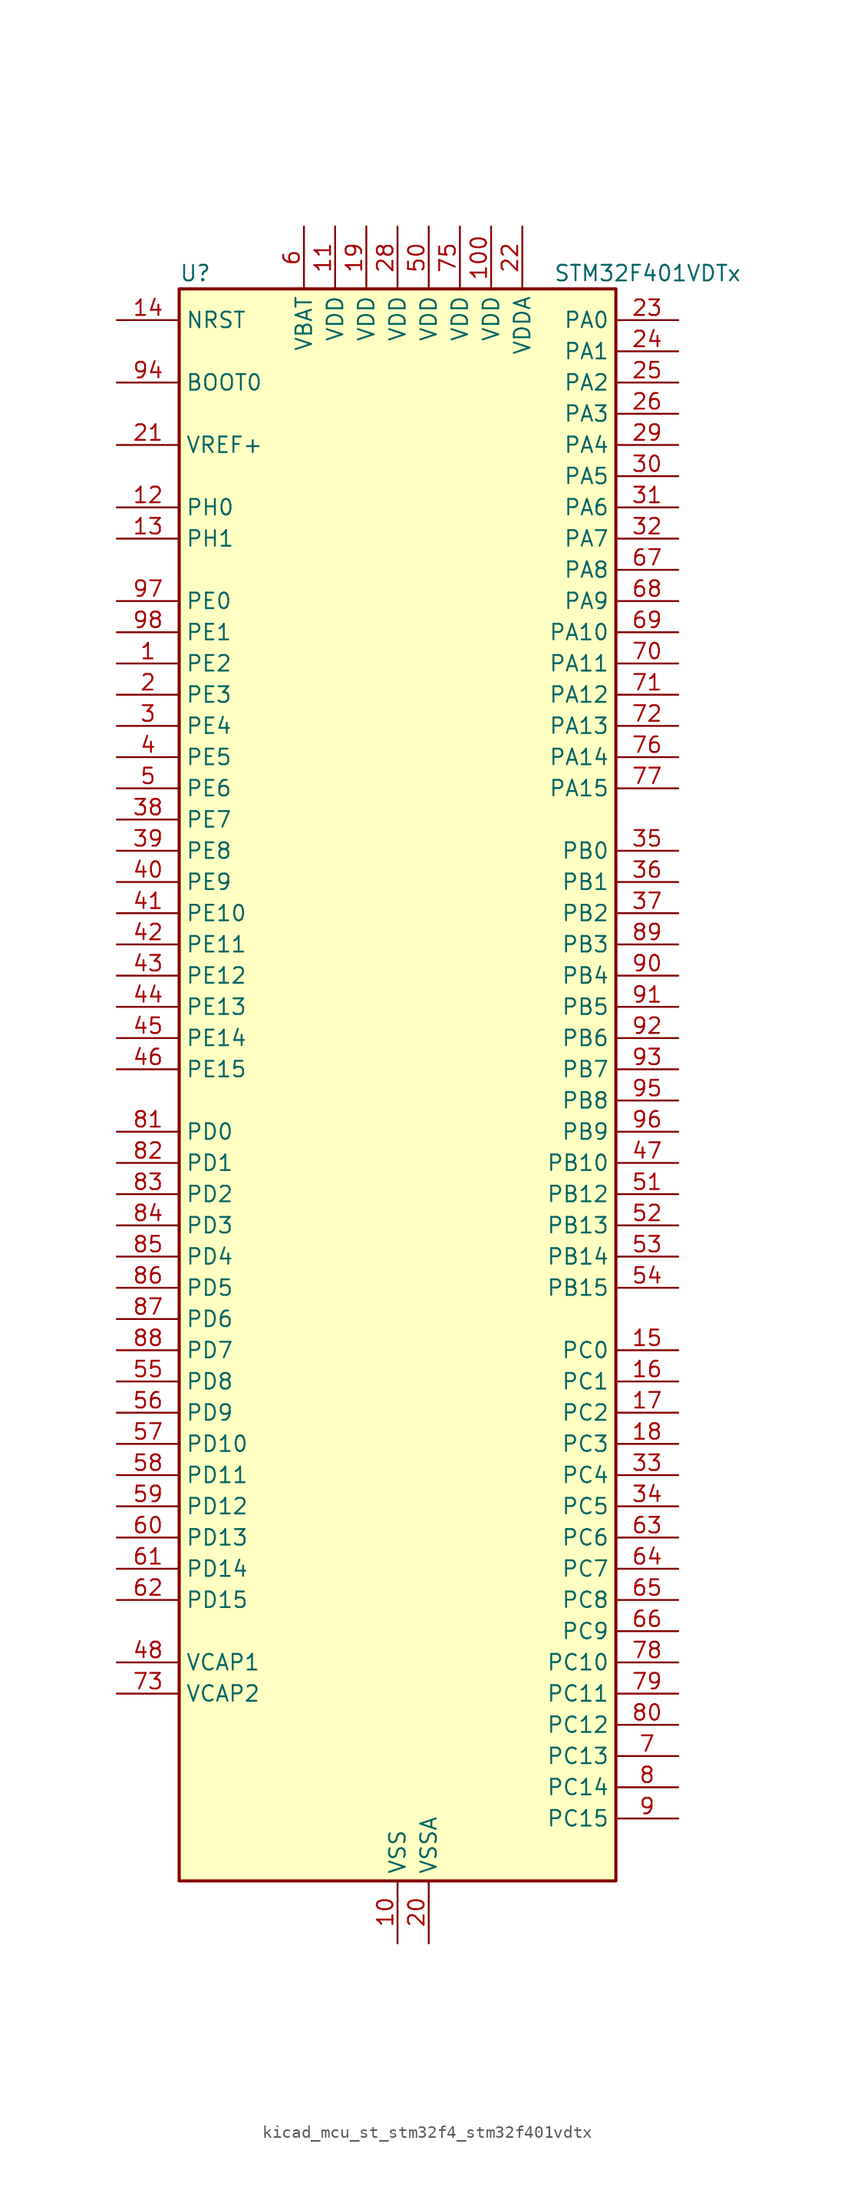
<source format=kicad_sym>
(kicad_symbol_lib
  (version 20220914)
  (generator kicad_symbol_editor)
  (symbol "kicad_mcu_st_stm32f4_stm32f401vdtx"
    (property "Reference" "U"
      (at -17.78 67.31 0)
      (effects (font (size 1.27 1.27)) (justify left)))
    (property "Value" "STM32F401VDTx"
      (at 12.7 67.31 0)
      (effects (font (size 1.27 1.27)) (justify left)))
    (property "ki_locked" ""
      (at 0 0 0)
      (effects (font (size 1.27 1.27))))
    (symbol "kicad_mcu_st_stm32f4_stm32f401vdtx_0_1"
      (rectangle (start -17.78 -63.5) (end 17.78 66.04) (stroke (width 0.254) (type default)) (fill (type background))))
    (symbol "kicad_mcu_st_stm32f4_stm32f401vdtx_1_1"
      (pin bidirectional line (at -22.86 35.56 0) (length 5.08) (name "PE2" (effects (font (size 1.27 1.27)))) (number "1" (effects (font (size 1.27 1.27)))) (alternate "SPI4_SCK" bidirectional line) (alternate "SYS_TRACECLK" bidirectional line))
      (pin power_in line (at 0 -68.58 90) (length 5.08) (name "VSS" (effects (font (size 1.27 1.27)))) (number "10" (effects (font (size 1.27 1.27)))))
      (pin power_in line (at 7.62 71.12 270) (length 5.08) (name "VDD" (effects (font (size 1.27 1.27)))) (number "100" (effects (font (size 1.27 1.27)))))
      (pin power_in line (at -5.08 71.12 270) (length 5.08) (name "VDD" (effects (font (size 1.27 1.27)))) (number "11" (effects (font (size 1.27 1.27)))))
      (pin bidirectional line (at -22.86 48.26 0) (length 5.08) (name "PH0" (effects (font (size 1.27 1.27)))) (number "12" (effects (font (size 1.27 1.27)))) (alternate "RCC_OSC_IN" bidirectional line))
      (pin bidirectional line (at -22.86 45.72 0) (length 5.08) (name "PH1" (effects (font (size 1.27 1.27)))) (number "13" (effects (font (size 1.27 1.27)))) (alternate "RCC_OSC_OUT" bidirectional line))
      (pin input line (at -22.86 63.5 0) (length 5.08) (name "NRST" (effects (font (size 1.27 1.27)))) (number "14" (effects (font (size 1.27 1.27)))))
      (pin bidirectional line (at 22.86 -20.32 180) (length 5.08) (name "PC0" (effects (font (size 1.27 1.27)))) (number "15" (effects (font (size 1.27 1.27)))) (alternate "ADC1_IN10" bidirectional line))
      (pin bidirectional line (at 22.86 -22.86 180) (length 5.08) (name "PC1" (effects (font (size 1.27 1.27)))) (number "16" (effects (font (size 1.27 1.27)))) (alternate "ADC1_IN11" bidirectional line))
      (pin bidirectional line (at 22.86 -25.4 180) (length 5.08) (name "PC2" (effects (font (size 1.27 1.27)))) (number "17" (effects (font (size 1.27 1.27)))) (alternate "ADC1_IN12" bidirectional line) (alternate "I2S2_ext_SD" bidirectional line) (alternate "SPI2_MISO" bidirectional line))
      (pin bidirectional line (at 22.86 -27.94 180) (length 5.08) (name "PC3" (effects (font (size 1.27 1.27)))) (number "18" (effects (font (size 1.27 1.27)))) (alternate "ADC1_IN13" bidirectional line) (alternate "I2S2_SD" bidirectional line) (alternate "SPI2_MOSI" bidirectional line))
      (pin power_in line (at -2.54 71.12 270) (length 5.08) (name "VDD" (effects (font (size 1.27 1.27)))) (number "19" (effects (font (size 1.27 1.27)))))
      (pin bidirectional line (at -22.86 33.02 0) (length 5.08) (name "PE3" (effects (font (size 1.27 1.27)))) (number "2" (effects (font (size 1.27 1.27)))) (alternate "SYS_TRACED0" bidirectional line))
      (pin power_in line (at 2.54 -68.58 90) (length 5.08) (name "VSSA" (effects (font (size 1.27 1.27)))) (number "20" (effects (font (size 1.27 1.27)))))
      (pin input line (at -22.86 53.34 0) (length 5.08) (name "VREF+" (effects (font (size 1.27 1.27)))) (number "21" (effects (font (size 1.27 1.27)))))
      (pin power_in line (at 10.16 71.12 270) (length 5.08) (name "VDDA" (effects (font (size 1.27 1.27)))) (number "22" (effects (font (size 1.27 1.27)))))
      (pin bidirectional line (at 22.86 63.5 180) (length 5.08) (name "PA0" (effects (font (size 1.27 1.27)))) (number "23" (effects (font (size 1.27 1.27)))) (alternate "ADC1_IN0" bidirectional line) (alternate "SYS_WKUP" bidirectional line) (alternate "TIM2_CH1" bidirectional line) (alternate "TIM2_ETR" bidirectional line) (alternate "TIM5_CH1" bidirectional line) (alternate "USART2_CTS" bidirectional line))
      (pin bidirectional line (at 22.86 60.96 180) (length 5.08) (name "PA1" (effects (font (size 1.27 1.27)))) (number "24" (effects (font (size 1.27 1.27)))) (alternate "ADC1_IN1" bidirectional line) (alternate "TIM2_CH2" bidirectional line) (alternate "TIM5_CH2" bidirectional line) (alternate "USART2_RTS" bidirectional line))
      (pin bidirectional line (at 22.86 58.42 180) (length 5.08) (name "PA2" (effects (font (size 1.27 1.27)))) (number "25" (effects (font (size 1.27 1.27)))) (alternate "ADC1_IN2" bidirectional line) (alternate "TIM2_CH3" bidirectional line) (alternate "TIM5_CH3" bidirectional line) (alternate "TIM9_CH1" bidirectional line) (alternate "USART2_TX" bidirectional line))
      (pin bidirectional line (at 22.86 55.88 180) (length 5.08) (name "PA3" (effects (font (size 1.27 1.27)))) (number "26" (effects (font (size 1.27 1.27)))) (alternate "ADC1_IN3" bidirectional line) (alternate "TIM2_CH4" bidirectional line) (alternate "TIM5_CH4" bidirectional line) (alternate "TIM9_CH2" bidirectional line) (alternate "USART2_RX" bidirectional line))
      (pin passive line (at 0 -68.58 90) (length 5.08) hide (name "VSS" (effects (font (size 1.27 1.27)))) (number "27" (effects (font (size 1.27 1.27)))))
      (pin power_in line (at 0 71.12 270) (length 5.08) (name "VDD" (effects (font (size 1.27 1.27)))) (number "28" (effects (font (size 1.27 1.27)))))
      (pin bidirectional line (at 22.86 53.34 180) (length 5.08) (name "PA4" (effects (font (size 1.27 1.27)))) (number "29" (effects (font (size 1.27 1.27)))) (alternate "ADC1_IN4" bidirectional line) (alternate "I2S3_WS" bidirectional line) (alternate "SPI1_NSS" bidirectional line) (alternate "SPI3_NSS" bidirectional line) (alternate "USART2_CK" bidirectional line))
      (pin bidirectional line (at -22.86 30.48 0) (length 5.08) (name "PE4" (effects (font (size 1.27 1.27)))) (number "3" (effects (font (size 1.27 1.27)))) (alternate "SPI4_NSS" bidirectional line) (alternate "SYS_TRACED1" bidirectional line))
      (pin bidirectional line (at 22.86 50.8 180) (length 5.08) (name "PA5" (effects (font (size 1.27 1.27)))) (number "30" (effects (font (size 1.27 1.27)))) (alternate "ADC1_IN5" bidirectional line) (alternate "SPI1_SCK" bidirectional line) (alternate "TIM2_CH1" bidirectional line) (alternate "TIM2_ETR" bidirectional line))
      (pin bidirectional line (at 22.86 48.26 180) (length 5.08) (name "PA6" (effects (font (size 1.27 1.27)))) (number "31" (effects (font (size 1.27 1.27)))) (alternate "ADC1_IN6" bidirectional line) (alternate "SPI1_MISO" bidirectional line) (alternate "TIM1_BKIN" bidirectional line) (alternate "TIM3_CH1" bidirectional line))
      (pin bidirectional line (at 22.86 45.72 180) (length 5.08) (name "PA7" (effects (font (size 1.27 1.27)))) (number "32" (effects (font (size 1.27 1.27)))) (alternate "ADC1_IN7" bidirectional line) (alternate "SPI1_MOSI" bidirectional line) (alternate "TIM1_CH1N" bidirectional line) (alternate "TIM3_CH2" bidirectional line))
      (pin bidirectional line (at 22.86 -30.48 180) (length 5.08) (name "PC4" (effects (font (size 1.27 1.27)))) (number "33" (effects (font (size 1.27 1.27)))) (alternate "ADC1_IN14" bidirectional line))
      (pin bidirectional line (at 22.86 -33.02 180) (length 5.08) (name "PC5" (effects (font (size 1.27 1.27)))) (number "34" (effects (font (size 1.27 1.27)))) (alternate "ADC1_IN15" bidirectional line))
      (pin bidirectional line (at 22.86 20.32 180) (length 5.08) (name "PB0" (effects (font (size 1.27 1.27)))) (number "35" (effects (font (size 1.27 1.27)))) (alternate "ADC1_IN8" bidirectional line) (alternate "TIM1_CH2N" bidirectional line) (alternate "TIM3_CH3" bidirectional line))
      (pin bidirectional line (at 22.86 17.78 180) (length 5.08) (name "PB1" (effects (font (size 1.27 1.27)))) (number "36" (effects (font (size 1.27 1.27)))) (alternate "ADC1_IN9" bidirectional line) (alternate "TIM1_CH3N" bidirectional line) (alternate "TIM3_CH4" bidirectional line))
      (pin bidirectional line (at 22.86 15.24 180) (length 5.08) (name "PB2" (effects (font (size 1.27 1.27)))) (number "37" (effects (font (size 1.27 1.27)))))
      (pin bidirectional line (at -22.86 22.86 0) (length 5.08) (name "PE7" (effects (font (size 1.27 1.27)))) (number "38" (effects (font (size 1.27 1.27)))) (alternate "TIM1_ETR" bidirectional line))
      (pin bidirectional line (at -22.86 20.32 0) (length 5.08) (name "PE8" (effects (font (size 1.27 1.27)))) (number "39" (effects (font (size 1.27 1.27)))) (alternate "TIM1_CH1N" bidirectional line))
      (pin bidirectional line (at -22.86 27.94 0) (length 5.08) (name "PE5" (effects (font (size 1.27 1.27)))) (number "4" (effects (font (size 1.27 1.27)))) (alternate "SPI4_MISO" bidirectional line) (alternate "SYS_TRACED2" bidirectional line) (alternate "TIM9_CH1" bidirectional line))
      (pin bidirectional line (at -22.86 17.78 0) (length 5.08) (name "PE9" (effects (font (size 1.27 1.27)))) (number "40" (effects (font (size 1.27 1.27)))) (alternate "TIM1_CH1" bidirectional line))
      (pin bidirectional line (at -22.86 15.24 0) (length 5.08) (name "PE10" (effects (font (size 1.27 1.27)))) (number "41" (effects (font (size 1.27 1.27)))) (alternate "TIM1_CH2N" bidirectional line))
      (pin bidirectional line (at -22.86 12.7 0) (length 5.08) (name "PE11" (effects (font (size 1.27 1.27)))) (number "42" (effects (font (size 1.27 1.27)))) (alternate "ADC1_EXTI11" bidirectional line) (alternate "SPI4_NSS" bidirectional line) (alternate "TIM1_CH2" bidirectional line))
      (pin bidirectional line (at -22.86 10.16 0) (length 5.08) (name "PE12" (effects (font (size 1.27 1.27)))) (number "43" (effects (font (size 1.27 1.27)))) (alternate "SPI4_SCK" bidirectional line) (alternate "TIM1_CH3N" bidirectional line))
      (pin bidirectional line (at -22.86 7.62 0) (length 5.08) (name "PE13" (effects (font (size 1.27 1.27)))) (number "44" (effects (font (size 1.27 1.27)))) (alternate "SPI4_MISO" bidirectional line) (alternate "TIM1_CH3" bidirectional line))
      (pin bidirectional line (at -22.86 5.08 0) (length 5.08) (name "PE14" (effects (font (size 1.27 1.27)))) (number "45" (effects (font (size 1.27 1.27)))) (alternate "SPI4_MOSI" bidirectional line) (alternate "TIM1_CH4" bidirectional line))
      (pin bidirectional line (at -22.86 2.54 0) (length 5.08) (name "PE15" (effects (font (size 1.27 1.27)))) (number "46" (effects (font (size 1.27 1.27)))) (alternate "ADC1_EXTI15" bidirectional line) (alternate "TIM1_BKIN" bidirectional line))
      (pin bidirectional line (at 22.86 -5.08 180) (length 5.08) (name "PB10" (effects (font (size 1.27 1.27)))) (number "47" (effects (font (size 1.27 1.27)))) (alternate "I2C2_SCL" bidirectional line) (alternate "I2S2_CK" bidirectional line) (alternate "SPI2_SCK" bidirectional line) (alternate "TIM2_CH3" bidirectional line))
      (pin power_out line (at -22.86 -45.72 0) (length 5.08) (name "VCAP1" (effects (font (size 1.27 1.27)))) (number "48" (effects (font (size 1.27 1.27)))))
      (pin passive line (at 0 -68.58 90) (length 5.08) hide (name "VSS" (effects (font (size 1.27 1.27)))) (number "49" (effects (font (size 1.27 1.27)))))
      (pin bidirectional line (at -22.86 25.4 0) (length 5.08) (name "PE6" (effects (font (size 1.27 1.27)))) (number "5" (effects (font (size 1.27 1.27)))) (alternate "SPI4_MOSI" bidirectional line) (alternate "SYS_TRACED3" bidirectional line) (alternate "TIM9_CH2" bidirectional line))
      (pin power_in line (at 2.54 71.12 270) (length 5.08) (name "VDD" (effects (font (size 1.27 1.27)))) (number "50" (effects (font (size 1.27 1.27)))))
      (pin bidirectional line (at 22.86 -7.62 180) (length 5.08) (name "PB12" (effects (font (size 1.27 1.27)))) (number "51" (effects (font (size 1.27 1.27)))) (alternate "I2C2_SMBA" bidirectional line) (alternate "I2S2_WS" bidirectional line) (alternate "SPI2_NSS" bidirectional line) (alternate "TIM1_BKIN" bidirectional line))
      (pin bidirectional line (at 22.86 -10.16 180) (length 5.08) (name "PB13" (effects (font (size 1.27 1.27)))) (number "52" (effects (font (size 1.27 1.27)))) (alternate "I2S2_CK" bidirectional line) (alternate "SPI2_SCK" bidirectional line) (alternate "TIM1_CH1N" bidirectional line))
      (pin bidirectional line (at 22.86 -12.7 180) (length 5.08) (name "PB14" (effects (font (size 1.27 1.27)))) (number "53" (effects (font (size 1.27 1.27)))) (alternate "I2S2_ext_SD" bidirectional line) (alternate "SPI2_MISO" bidirectional line) (alternate "TIM1_CH2N" bidirectional line))
      (pin bidirectional line (at 22.86 -15.24 180) (length 5.08) (name "PB15" (effects (font (size 1.27 1.27)))) (number "54" (effects (font (size 1.27 1.27)))) (alternate "ADC1_EXTI15" bidirectional line) (alternate "I2S2_SD" bidirectional line) (alternate "RTC_REFIN" bidirectional line) (alternate "SPI2_MOSI" bidirectional line) (alternate "TIM1_CH3N" bidirectional line))
      (pin bidirectional line (at -22.86 -22.86 0) (length 5.08) (name "PD8" (effects (font (size 1.27 1.27)))) (number "55" (effects (font (size 1.27 1.27)))))
      (pin bidirectional line (at -22.86 -25.4 0) (length 5.08) (name "PD9" (effects (font (size 1.27 1.27)))) (number "56" (effects (font (size 1.27 1.27)))))
      (pin bidirectional line (at -22.86 -27.94 0) (length 5.08) (name "PD10" (effects (font (size 1.27 1.27)))) (number "57" (effects (font (size 1.27 1.27)))))
      (pin bidirectional line (at -22.86 -30.48 0) (length 5.08) (name "PD11" (effects (font (size 1.27 1.27)))) (number "58" (effects (font (size 1.27 1.27)))) (alternate "ADC1_EXTI11" bidirectional line))
      (pin bidirectional line (at -22.86 -33.02 0) (length 5.08) (name "PD12" (effects (font (size 1.27 1.27)))) (number "59" (effects (font (size 1.27 1.27)))) (alternate "TIM4_CH1" bidirectional line))
      (pin power_in line (at -7.62 71.12 270) (length 5.08) (name "VBAT" (effects (font (size 1.27 1.27)))) (number "6" (effects (font (size 1.27 1.27)))))
      (pin bidirectional line (at -22.86 -35.56 0) (length 5.08) (name "PD13" (effects (font (size 1.27 1.27)))) (number "60" (effects (font (size 1.27 1.27)))) (alternate "TIM4_CH2" bidirectional line))
      (pin bidirectional line (at -22.86 -38.1 0) (length 5.08) (name "PD14" (effects (font (size 1.27 1.27)))) (number "61" (effects (font (size 1.27 1.27)))) (alternate "TIM4_CH3" bidirectional line))
      (pin bidirectional line (at -22.86 -40.64 0) (length 5.08) (name "PD15" (effects (font (size 1.27 1.27)))) (number "62" (effects (font (size 1.27 1.27)))) (alternate "ADC1_EXTI15" bidirectional line) (alternate "TIM4_CH4" bidirectional line))
      (pin bidirectional line (at 22.86 -35.56 180) (length 5.08) (name "PC6" (effects (font (size 1.27 1.27)))) (number "63" (effects (font (size 1.27 1.27)))) (alternate "I2S2_MCK" bidirectional line) (alternate "SDIO_D6" bidirectional line) (alternate "TIM3_CH1" bidirectional line) (alternate "USART6_TX" bidirectional line))
      (pin bidirectional line (at 22.86 -38.1 180) (length 5.08) (name "PC7" (effects (font (size 1.27 1.27)))) (number "64" (effects (font (size 1.27 1.27)))) (alternate "I2S3_MCK" bidirectional line) (alternate "SDIO_D7" bidirectional line) (alternate "TIM3_CH2" bidirectional line) (alternate "USART6_RX" bidirectional line))
      (pin bidirectional line (at 22.86 -40.64 180) (length 5.08) (name "PC8" (effects (font (size 1.27 1.27)))) (number "65" (effects (font (size 1.27 1.27)))) (alternate "SDIO_D0" bidirectional line) (alternate "TIM3_CH3" bidirectional line) (alternate "USART6_CK" bidirectional line))
      (pin bidirectional line (at 22.86 -43.18 180) (length 5.08) (name "PC9" (effects (font (size 1.27 1.27)))) (number "66" (effects (font (size 1.27 1.27)))) (alternate "I2C3_SDA" bidirectional line) (alternate "I2S_CKIN" bidirectional line) (alternate "RCC_MCO_2" bidirectional line) (alternate "SDIO_D1" bidirectional line) (alternate "TIM3_CH4" bidirectional line))
      (pin bidirectional line (at 22.86 43.18 180) (length 5.08) (name "PA8" (effects (font (size 1.27 1.27)))) (number "67" (effects (font (size 1.27 1.27)))) (alternate "I2C3_SCL" bidirectional line) (alternate "RCC_MCO_1" bidirectional line) (alternate "TIM1_CH1" bidirectional line) (alternate "USART1_CK" bidirectional line) (alternate "USB_OTG_FS_SOF" bidirectional line))
      (pin bidirectional line (at 22.86 40.64 180) (length 5.08) (name "PA9" (effects (font (size 1.27 1.27)))) (number "68" (effects (font (size 1.27 1.27)))) (alternate "I2C3_SMBA" bidirectional line) (alternate "TIM1_CH2" bidirectional line) (alternate "USART1_TX" bidirectional line) (alternate "USB_OTG_FS_VBUS" bidirectional line))
      (pin bidirectional line (at 22.86 38.1 180) (length 5.08) (name "PA10" (effects (font (size 1.27 1.27)))) (number "69" (effects (font (size 1.27 1.27)))) (alternate "TIM1_CH3" bidirectional line) (alternate "USART1_RX" bidirectional line) (alternate "USB_OTG_FS_ID" bidirectional line))
      (pin bidirectional line (at 22.86 -53.34 180) (length 5.08) (name "PC13" (effects (font (size 1.27 1.27)))) (number "7" (effects (font (size 1.27 1.27)))) (alternate "RTC_AF1" bidirectional line))
      (pin bidirectional line (at 22.86 35.56 180) (length 5.08) (name "PA11" (effects (font (size 1.27 1.27)))) (number "70" (effects (font (size 1.27 1.27)))) (alternate "ADC1_EXTI11" bidirectional line) (alternate "TIM1_CH4" bidirectional line) (alternate "USART1_CTS" bidirectional line) (alternate "USART6_TX" bidirectional line) (alternate "USB_OTG_FS_DM" bidirectional line))
      (pin bidirectional line (at 22.86 33.02 180) (length 5.08) (name "PA12" (effects (font (size 1.27 1.27)))) (number "71" (effects (font (size 1.27 1.27)))) (alternate "TIM1_ETR" bidirectional line) (alternate "USART1_RTS" bidirectional line) (alternate "USART6_RX" bidirectional line) (alternate "USB_OTG_FS_DP" bidirectional line))
      (pin bidirectional line (at 22.86 30.48 180) (length 5.08) (name "PA13" (effects (font (size 1.27 1.27)))) (number "72" (effects (font (size 1.27 1.27)))) (alternate "SYS_JTMS-SWDIO" bidirectional line))
      (pin power_out line (at -22.86 -48.26 0) (length 5.08) (name "VCAP2" (effects (font (size 1.27 1.27)))) (number "73" (effects (font (size 1.27 1.27)))))
      (pin passive line (at 0 -68.58 90) (length 5.08) hide (name "VSS" (effects (font (size 1.27 1.27)))) (number "74" (effects (font (size 1.27 1.27)))))
      (pin power_in line (at 5.08 71.12 270) (length 5.08) (name "VDD" (effects (font (size 1.27 1.27)))) (number "75" (effects (font (size 1.27 1.27)))))
      (pin bidirectional line (at 22.86 27.94 180) (length 5.08) (name "PA14" (effects (font (size 1.27 1.27)))) (number "76" (effects (font (size 1.27 1.27)))) (alternate "SYS_JTCK-SWCLK" bidirectional line))
      (pin bidirectional line (at 22.86 25.4 180) (length 5.08) (name "PA15" (effects (font (size 1.27 1.27)))) (number "77" (effects (font (size 1.27 1.27)))) (alternate "ADC1_EXTI15" bidirectional line) (alternate "I2S3_WS" bidirectional line) (alternate "SPI1_NSS" bidirectional line) (alternate "SPI3_NSS" bidirectional line) (alternate "SYS_JTDI" bidirectional line) (alternate "TIM2_CH1" bidirectional line) (alternate "TIM2_ETR" bidirectional line))
      (pin bidirectional line (at 22.86 -45.72 180) (length 5.08) (name "PC10" (effects (font (size 1.27 1.27)))) (number "78" (effects (font (size 1.27 1.27)))) (alternate "I2S3_CK" bidirectional line) (alternate "SDIO_D2" bidirectional line) (alternate "SPI3_SCK" bidirectional line))
      (pin bidirectional line (at 22.86 -48.26 180) (length 5.08) (name "PC11" (effects (font (size 1.27 1.27)))) (number "79" (effects (font (size 1.27 1.27)))) (alternate "ADC1_EXTI11" bidirectional line) (alternate "I2S3_ext_SD" bidirectional line) (alternate "SDIO_D3" bidirectional line) (alternate "SPI3_MISO" bidirectional line))
      (pin bidirectional line (at 22.86 -55.88 180) (length 5.08) (name "PC14" (effects (font (size 1.27 1.27)))) (number "8" (effects (font (size 1.27 1.27)))) (alternate "RCC_OSC32_IN" bidirectional line))
      (pin bidirectional line (at 22.86 -50.8 180) (length 5.08) (name "PC12" (effects (font (size 1.27 1.27)))) (number "80" (effects (font (size 1.27 1.27)))) (alternate "I2S3_SD" bidirectional line) (alternate "SDIO_CK" bidirectional line) (alternate "SPI3_MOSI" bidirectional line))
      (pin bidirectional line (at -22.86 -2.54 0) (length 5.08) (name "PD0" (effects (font (size 1.27 1.27)))) (number "81" (effects (font (size 1.27 1.27)))))
      (pin bidirectional line (at -22.86 -5.08 0) (length 5.08) (name "PD1" (effects (font (size 1.27 1.27)))) (number "82" (effects (font (size 1.27 1.27)))))
      (pin bidirectional line (at -22.86 -7.62 0) (length 5.08) (name "PD2" (effects (font (size 1.27 1.27)))) (number "83" (effects (font (size 1.27 1.27)))) (alternate "SDIO_CMD" bidirectional line) (alternate "TIM3_ETR" bidirectional line))
      (pin bidirectional line (at -22.86 -10.16 0) (length 5.08) (name "PD3" (effects (font (size 1.27 1.27)))) (number "84" (effects (font (size 1.27 1.27)))) (alternate "I2S2_CK" bidirectional line) (alternate "SPI2_SCK" bidirectional line) (alternate "USART2_CTS" bidirectional line))
      (pin bidirectional line (at -22.86 -12.7 0) (length 5.08) (name "PD4" (effects (font (size 1.27 1.27)))) (number "85" (effects (font (size 1.27 1.27)))) (alternate "USART2_RTS" bidirectional line))
      (pin bidirectional line (at -22.86 -15.24 0) (length 5.08) (name "PD5" (effects (font (size 1.27 1.27)))) (number "86" (effects (font (size 1.27 1.27)))) (alternate "USART2_TX" bidirectional line))
      (pin bidirectional line (at -22.86 -17.78 0) (length 5.08) (name "PD6" (effects (font (size 1.27 1.27)))) (number "87" (effects (font (size 1.27 1.27)))) (alternate "I2S3_SD" bidirectional line) (alternate "SPI3_MOSI" bidirectional line) (alternate "USART2_RX" bidirectional line))
      (pin bidirectional line (at -22.86 -20.32 0) (length 5.08) (name "PD7" (effects (font (size 1.27 1.27)))) (number "88" (effects (font (size 1.27 1.27)))) (alternate "USART2_CK" bidirectional line))
      (pin bidirectional line (at 22.86 12.7 180) (length 5.08) (name "PB3" (effects (font (size 1.27 1.27)))) (number "89" (effects (font (size 1.27 1.27)))) (alternate "I2C2_SDA" bidirectional line) (alternate "I2S3_CK" bidirectional line) (alternate "SPI1_SCK" bidirectional line) (alternate "SPI3_SCK" bidirectional line) (alternate "SYS_JTDO-SWO" bidirectional line) (alternate "TIM2_CH2" bidirectional line))
      (pin bidirectional line (at 22.86 -58.42 180) (length 5.08) (name "PC15" (effects (font (size 1.27 1.27)))) (number "9" (effects (font (size 1.27 1.27)))) (alternate "ADC1_EXTI15" bidirectional line) (alternate "RCC_OSC32_OUT" bidirectional line))
      (pin bidirectional line (at 22.86 10.16 180) (length 5.08) (name "PB4" (effects (font (size 1.27 1.27)))) (number "90" (effects (font (size 1.27 1.27)))) (alternate "I2C3_SDA" bidirectional line) (alternate "I2S3_ext_SD" bidirectional line) (alternate "SPI1_MISO" bidirectional line) (alternate "SPI3_MISO" bidirectional line) (alternate "SYS_JTRST" bidirectional line) (alternate "TIM3_CH1" bidirectional line))
      (pin bidirectional line (at 22.86 7.62 180) (length 5.08) (name "PB5" (effects (font (size 1.27 1.27)))) (number "91" (effects (font (size 1.27 1.27)))) (alternate "I2C1_SMBA" bidirectional line) (alternate "I2S3_SD" bidirectional line) (alternate "SPI1_MOSI" bidirectional line) (alternate "SPI3_MOSI" bidirectional line) (alternate "TIM3_CH2" bidirectional line))
      (pin bidirectional line (at 22.86 5.08 180) (length 5.08) (name "PB6" (effects (font (size 1.27 1.27)))) (number "92" (effects (font (size 1.27 1.27)))) (alternate "I2C1_SCL" bidirectional line) (alternate "TIM4_CH1" bidirectional line) (alternate "USART1_TX" bidirectional line))
      (pin bidirectional line (at 22.86 2.54 180) (length 5.08) (name "PB7" (effects (font (size 1.27 1.27)))) (number "93" (effects (font (size 1.27 1.27)))) (alternate "I2C1_SDA" bidirectional line) (alternate "TIM4_CH2" bidirectional line) (alternate "USART1_RX" bidirectional line))
      (pin input line (at -22.86 58.42 0) (length 5.08) (name "BOOT0" (effects (font (size 1.27 1.27)))) (number "94" (effects (font (size 1.27 1.27)))))
      (pin bidirectional line (at 22.86 0 180) (length 5.08) (name "PB8" (effects (font (size 1.27 1.27)))) (number "95" (effects (font (size 1.27 1.27)))) (alternate "I2C1_SCL" bidirectional line) (alternate "SDIO_D4" bidirectional line) (alternate "TIM10_CH1" bidirectional line) (alternate "TIM4_CH3" bidirectional line))
      (pin bidirectional line (at 22.86 -2.54 180) (length 5.08) (name "PB9" (effects (font (size 1.27 1.27)))) (number "96" (effects (font (size 1.27 1.27)))) (alternate "I2C1_SDA" bidirectional line) (alternate "I2S2_WS" bidirectional line) (alternate "SDIO_D5" bidirectional line) (alternate "SPI2_NSS" bidirectional line) (alternate "TIM11_CH1" bidirectional line) (alternate "TIM4_CH4" bidirectional line))
      (pin bidirectional line (at -22.86 40.64 0) (length 5.08) (name "PE0" (effects (font (size 1.27 1.27)))) (number "97" (effects (font (size 1.27 1.27)))) (alternate "TIM4_ETR" bidirectional line))
      (pin bidirectional line (at -22.86 38.1 0) (length 5.08) (name "PE1" (effects (font (size 1.27 1.27)))) (number "98" (effects (font (size 1.27 1.27)))))
      (pin passive line (at 0 -68.58 90) (length 5.08) hide (name "VSS" (effects (font (size 1.27 1.27)))) (number "99" (effects (font (size 1.27 1.27))))))))
</source>
